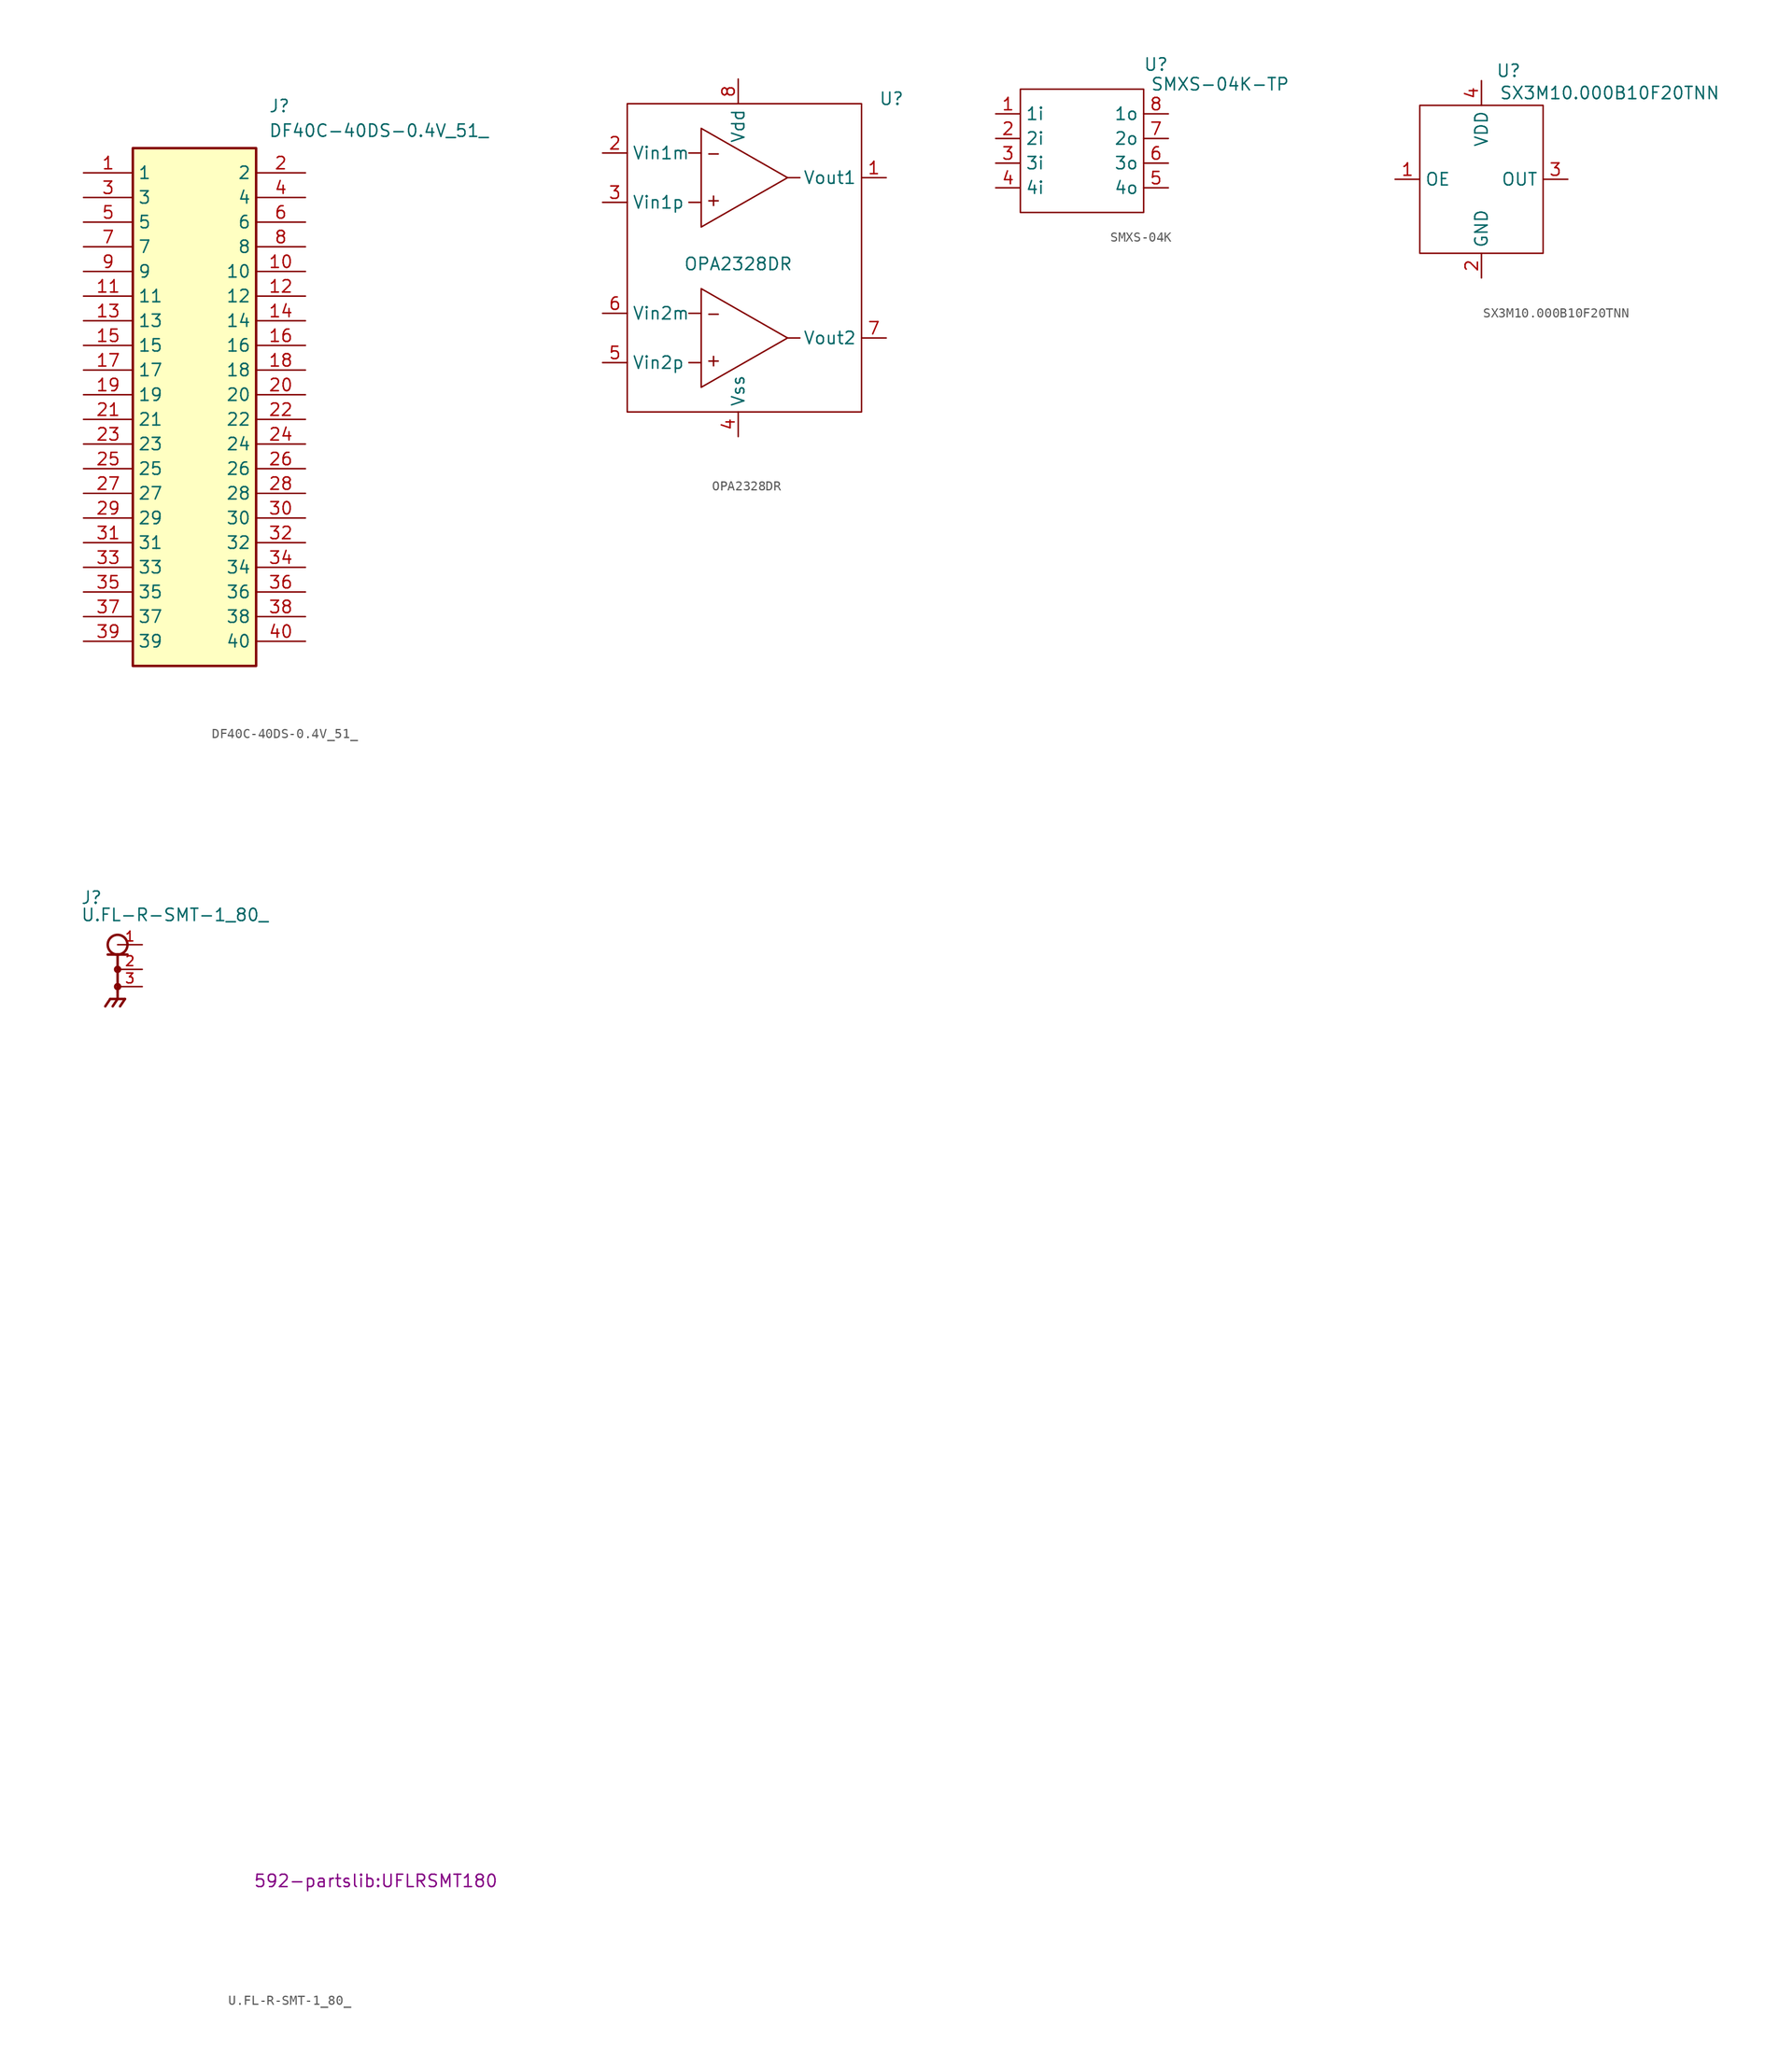
<source format=kicad_sym>
(kicad_symbol_lib
  (version 20241209)
  (generator "kicad_symbol_editor")
  (generator_version "9.0")
  (symbol "DF40C-40DS-0.4V_51_"
    (property "Reference" "J"
      (at 19.05 7.62 0)
      (effects (font (size 1.27 1.27)) (justify left top)))
    (property "Value" "DF40C-40DS-0.4V_51_"
      (at 19.05 5.08 0)
      (effects (font (size 1.27 1.27)) (justify left top)))
    (symbol "DF40C-40DS-0.4V_51__1_1"
      (rectangle (start 5.08 2.54) (end 17.78 -50.8) (stroke (width 0.254) (type default)) (fill (type background)))
      (pin passive line (at 0 0 0) (length 5.08) (name "1" (effects (font (size 1.27 1.27)))) (number "1" (effects (font (size 1.27 1.27)))))
      (pin passive line (at 0 -2.54 0) (length 5.08) (name "3" (effects (font (size 1.27 1.27)))) (number "3" (effects (font (size 1.27 1.27)))))
      (pin passive line (at 0 -5.08 0) (length 5.08) (name "5" (effects (font (size 1.27 1.27)))) (number "5" (effects (font (size 1.27 1.27)))))
      (pin passive line (at 0 -7.62 0) (length 5.08) (name "7" (effects (font (size 1.27 1.27)))) (number "7" (effects (font (size 1.27 1.27)))))
      (pin passive line (at 0 -10.16 0) (length 5.08) (name "9" (effects (font (size 1.27 1.27)))) (number "9" (effects (font (size 1.27 1.27)))))
      (pin passive line (at 0 -12.7 0) (length 5.08) (name "11" (effects (font (size 1.27 1.27)))) (number "11" (effects (font (size 1.27 1.27)))))
      (pin passive line (at 0 -15.24 0) (length 5.08) (name "13" (effects (font (size 1.27 1.27)))) (number "13" (effects (font (size 1.27 1.27)))))
      (pin passive line (at 0 -17.78 0) (length 5.08) (name "15" (effects (font (size 1.27 1.27)))) (number "15" (effects (font (size 1.27 1.27)))))
      (pin passive line (at 0 -20.32 0) (length 5.08) (name "17" (effects (font (size 1.27 1.27)))) (number "17" (effects (font (size 1.27 1.27)))))
      (pin passive line (at 0 -22.86 0) (length 5.08) (name "19" (effects (font (size 1.27 1.27)))) (number "19" (effects (font (size 1.27 1.27)))))
      (pin passive line (at 0 -25.4 0) (length 5.08) (name "21" (effects (font (size 1.27 1.27)))) (number "21" (effects (font (size 1.27 1.27)))))
      (pin passive line (at 0 -27.94 0) (length 5.08) (name "23" (effects (font (size 1.27 1.27)))) (number "23" (effects (font (size 1.27 1.27)))))
      (pin passive line (at 0 -30.48 0) (length 5.08) (name "25" (effects (font (size 1.27 1.27)))) (number "25" (effects (font (size 1.27 1.27)))))
      (pin passive line (at 0 -33.02 0) (length 5.08) (name "27" (effects (font (size 1.27 1.27)))) (number "27" (effects (font (size 1.27 1.27)))))
      (pin passive line (at 0 -35.56 0) (length 5.08) (name "29" (effects (font (size 1.27 1.27)))) (number "29" (effects (font (size 1.27 1.27)))))
      (pin passive line (at 0 -38.1 0) (length 5.08) (name "31" (effects (font (size 1.27 1.27)))) (number "31" (effects (font (size 1.27 1.27)))))
      (pin passive line (at 0 -40.64 0) (length 5.08) (name "33" (effects (font (size 1.27 1.27)))) (number "33" (effects (font (size 1.27 1.27)))))
      (pin passive line (at 0 -43.18 0) (length 5.08) (name "35" (effects (font (size 1.27 1.27)))) (number "35" (effects (font (size 1.27 1.27)))))
      (pin passive line (at 0 -45.72 0) (length 5.08) (name "37" (effects (font (size 1.27 1.27)))) (number "37" (effects (font (size 1.27 1.27)))))
      (pin passive line (at 0 -48.26 0) (length 5.08) (name "39" (effects (font (size 1.27 1.27)))) (number "39" (effects (font (size 1.27 1.27)))))
      (pin passive line (at 22.86 0 180) (length 5.08) (name "2" (effects (font (size 1.27 1.27)))) (number "2" (effects (font (size 1.27 1.27)))))
      (pin passive line (at 22.86 -2.54 180) (length 5.08) (name "4" (effects (font (size 1.27 1.27)))) (number "4" (effects (font (size 1.27 1.27)))))
      (pin passive line (at 22.86 -5.08 180) (length 5.08) (name "6" (effects (font (size 1.27 1.27)))) (number "6" (effects (font (size 1.27 1.27)))))
      (pin passive line (at 22.86 -7.62 180) (length 5.08) (name "8" (effects (font (size 1.27 1.27)))) (number "8" (effects (font (size 1.27 1.27)))))
      (pin passive line (at 22.86 -10.16 180) (length 5.08) (name "10" (effects (font (size 1.27 1.27)))) (number "10" (effects (font (size 1.27 1.27)))))
      (pin passive line (at 22.86 -12.7 180) (length 5.08) (name "12" (effects (font (size 1.27 1.27)))) (number "12" (effects (font (size 1.27 1.27)))))
      (pin passive line (at 22.86 -15.24 180) (length 5.08) (name "14" (effects (font (size 1.27 1.27)))) (number "14" (effects (font (size 1.27 1.27)))))
      (pin passive line (at 22.86 -17.78 180) (length 5.08) (name "16" (effects (font (size 1.27 1.27)))) (number "16" (effects (font (size 1.27 1.27)))))
      (pin passive line (at 22.86 -20.32 180) (length 5.08) (name "18" (effects (font (size 1.27 1.27)))) (number "18" (effects (font (size 1.27 1.27)))))
      (pin passive line (at 22.86 -22.86 180) (length 5.08) (name "20" (effects (font (size 1.27 1.27)))) (number "20" (effects (font (size 1.27 1.27)))))
      (pin passive line (at 22.86 -25.4 180) (length 5.08) (name "22" (effects (font (size 1.27 1.27)))) (number "22" (effects (font (size 1.27 1.27)))))
      (pin passive line (at 22.86 -27.94 180) (length 5.08) (name "24" (effects (font (size 1.27 1.27)))) (number "24" (effects (font (size 1.27 1.27)))))
      (pin passive line (at 22.86 -30.48 180) (length 5.08) (name "26" (effects (font (size 1.27 1.27)))) (number "26" (effects (font (size 1.27 1.27)))))
      (pin passive line (at 22.86 -33.02 180) (length 5.08) (name "28" (effects (font (size 1.27 1.27)))) (number "28" (effects (font (size 1.27 1.27)))))
      (pin passive line (at 22.86 -35.56 180) (length 5.08) (name "30" (effects (font (size 1.27 1.27)))) (number "30" (effects (font (size 1.27 1.27)))))
      (pin passive line (at 22.86 -38.1 180) (length 5.08) (name "32" (effects (font (size 1.27 1.27)))) (number "32" (effects (font (size 1.27 1.27)))))
      (pin passive line (at 22.86 -40.64 180) (length 5.08) (name "34" (effects (font (size 1.27 1.27)))) (number "34" (effects (font (size 1.27 1.27)))))
      (pin passive line (at 22.86 -43.18 180) (length 5.08) (name "36" (effects (font (size 1.27 1.27)))) (number "36" (effects (font (size 1.27 1.27)))))
      (pin passive line (at 22.86 -45.72 180) (length 5.08) (name "38" (effects (font (size 1.27 1.27)))) (number "38" (effects (font (size 1.27 1.27)))))
      (pin passive line (at 22.86 -48.26 180) (length 5.08) (name "40" (effects (font (size 1.27 1.27)))) (number "40" (effects (font (size 1.27 1.27)))))))
  (symbol "OPA2328DR"
    (property "Reference" "U"
      (at 14.478 17.018 0)
      (effects (font (size 1.27 1.27)) (justify left)))
    (property "Value" "OPA2328DR"
      (at 0 0 0)
      (effects (font (size 1.27 1.27))))
    (symbol "OPA2328DR_0_1"
      (rectangle (start -11.43 16.51) (end 12.7 -15.24) (stroke (width 0) (type default)) (fill (type none)))
      (polyline (pts (xy -3.81 13.97) (xy -3.81 3.81) (xy 5.08 8.89) (xy -3.81 13.97)) (stroke (width 0) (type default)) (fill (type none)))
      (polyline (pts (xy -3.81 11.43) (xy -5.08 11.43)) (stroke (width 0) (type default)) (fill (type none)))
      (polyline (pts (xy -3.81 6.35) (xy -5.08 6.35)) (stroke (width 0) (type default)) (fill (type none)))
      (polyline (pts (xy -3.81 -2.54) (xy -3.81 -12.7) (xy 5.08 -7.62) (xy -3.81 -2.54)) (stroke (width 0) (type default)) (fill (type none)))
      (polyline (pts (xy -3.81 -5.08) (xy -5.08 -5.08)) (stroke (width 0) (type default)) (fill (type none)))
      (polyline (pts (xy -3.81 -10.16) (xy -5.08 -10.16)) (stroke (width 0) (type default)) (fill (type none)))
      (polyline (pts (xy 5.08 8.89) (xy 6.35 8.89)) (stroke (width 0) (type default)) (fill (type none)))
      (polyline (pts (xy 5.08 -7.62) (xy 6.35 -7.62)) (stroke (width 0) (type default)) (fill (type none))))
    (symbol "OPA2328DR_1_1"
      (text "-" (at -2.54 11.43 0) (effects (font (size 1.27 1.27))))
      (text "+" (at -2.54 6.604 0) (effects (font (size 1.27 1.27))))
      (text "-" (at -2.54 -5.08 0) (effects (font (size 1.27 1.27))))
      (text "+" (at -2.54 -9.906 0) (effects (font (size 1.27 1.27))))
      (pin input line (at -13.97 11.43 0) (length 2.54) (name "Vin1m" (effects (font (size 1.27 1.27)))) (number "2" (effects (font (size 1.27 1.27)))))
      (pin input line (at -13.97 6.35 0) (length 2.54) (name "Vin1p" (effects (font (size 1.27 1.27)))) (number "3" (effects (font (size 1.27 1.27)))))
      (pin input line (at -13.97 -5.08 0) (length 2.54) (name "Vin2m" (effects (font (size 1.27 1.27)))) (number "6" (effects (font (size 1.27 1.27)))))
      (pin input line (at -13.97 -10.16 0) (length 2.54) (name "Vin2p" (effects (font (size 1.27 1.27)))) (number "5" (effects (font (size 1.27 1.27)))))
      (pin power_in line (at 0 19.05 270) (length 2.54) (name "Vdd" (effects (font (size 1.27 1.27)))) (number "8" (effects (font (size 1.27 1.27)))))
      (pin power_in line (at 0 -17.78 90) (length 2.54) (name "Vss" (effects (font (size 1.27 1.27)))) (number "4" (effects (font (size 1.27 1.27)))))
      (pin output line (at 15.24 8.89 180) (length 2.54) (name "Vout1" (effects (font (size 1.27 1.27)))) (number "1" (effects (font (size 1.27 1.27)))))
      (pin output line (at 15.24 -7.62 180) (length 2.54) (name "Vout2" (effects (font (size 1.27 1.27)))) (number "7" (effects (font (size 1.27 1.27)))))))
  (symbol "SMXS-04K"
    (property "Reference" "U"
      (at 7.62 8.89 0)
      (effects (font (size 1.27 1.27))))
    (property "Value" "SMXS-04K-TP"
      (at 14.224 6.858 0)
      (effects (font (size 1.27 1.27))))
    (symbol "SMXS-04K_0_1"
      (rectangle (start -6.35 6.35) (end 6.35 -6.35) (stroke (width 0) (type default)) (fill (type none))))
    (symbol "SMXS-04K_1_1"
      (pin passive line (at -8.89 3.81 0) (length 2.54) (name "1i" (effects (font (size 1.27 1.27)))) (number "1" (effects (font (size 1.27 1.27)))))
      (pin passive line (at -8.89 1.27 0) (length 2.54) (name "2i" (effects (font (size 1.27 1.27)))) (number "2" (effects (font (size 1.27 1.27)))))
      (pin passive line (at -8.89 -1.27 0) (length 2.54) (name "3i" (effects (font (size 1.27 1.27)))) (number "3" (effects (font (size 1.27 1.27)))))
      (pin passive line (at -8.89 -3.81 0) (length 2.54) (name "4i" (effects (font (size 1.27 1.27)))) (number "4" (effects (font (size 1.27 1.27)))))
      (pin passive line (at 8.89 3.81 180) (length 2.54) (name "1o" (effects (font (size 1.27 1.27)))) (number "8" (effects (font (size 1.27 1.27)))))
      (pin passive line (at 8.89 1.27 180) (length 2.54) (name "2o" (effects (font (size 1.27 1.27)))) (number "7" (effects (font (size 1.27 1.27)))))
      (pin passive line (at 8.89 -1.27 180) (length 2.54) (name "3o" (effects (font (size 1.27 1.27)))) (number "6" (effects (font (size 1.27 1.27)))))
      (pin passive line (at 8.89 -3.81 180) (length 2.54) (name "4o" (effects (font (size 1.27 1.27)))) (number "5" (effects (font (size 1.27 1.27)))))))
  (symbol "SX3M10.000B10F20TNN"
    (property "Reference" "U"
      (at 9.144 3.556 0)
      (effects (font (size 1.27 1.27))))
    (property "Value" "SX3M10.000B10F20TNN"
      (at 19.558 1.27 0)
      (effects (font (size 1.27 1.27))))
    (symbol "SX3M10.000B10F20TNN_0_1"
      (rectangle (start 0 0) (end 12.7 -15.24) (stroke (width 0) (type default)) (fill (type none))))
    (symbol "SX3M10.000B10F20TNN_1_1"
      (pin tri_state line (at -2.54 -7.62 0) (length 2.54) (name "OE" (effects (font (size 1.27 1.27)))) (number "1" (effects (font (size 1.27 1.27)))))
      (pin power_in line (at 6.35 2.54 270) (length 2.54) (name "VDD" (effects (font (size 1.27 1.27)))) (number "4" (effects (font (size 1.27 1.27)))))
      (pin power_in line (at 6.35 -17.78 90) (length 2.54) (name "GND" (effects (font (size 1.27 1.27)))) (number "2" (effects (font (size 1.27 1.27)))))
      (pin output line (at 15.24 -7.62 180) (length 2.54) (name "OUT" (effects (font (size 1.27 1.27)))) (number "3" (effects (font (size 1.27 1.27)))))))
  (symbol "U.FL-R-SMT-1_80_"
    (property "Reference" "J"
      (at 6.35 6.35 0)
      (effects (font (size 1.27 1.27)) (justify left top)))
    (property "Value" "U.FL-R-SMT-1_80_"
      (at 6.35 4.572 0)
      (effects (font (size 1.27 1.27)) (justify left top)))
    (property "Footprint" "592-partslib:UFLRSMT180"
      (at 24.13 -94.92 0)
      (effects (font (size 1.27 1.27)) (justify left top)))
    (symbol "U.FL-R-SMT-1_80__0_0"
      (polyline (pts (xy 9.144 -0.254) (xy 10.16 -0.254)) (stroke (width 0.254) (type default)) (fill (type none)))
      (polyline (pts (xy 9.398 -4.826) (xy 8.89 -5.588)) (stroke (width 0.254) (type default)) (fill (type none)))
      (circle (center 10.16 0.762) (radius 1.016) (stroke (width 0.254) (type default)) (fill (type none)))
      (polyline (pts (xy 10.16 -0.254) (xy 10.16 -4.064)) (stroke (width 0.254) (type default)) (fill (type none)))
      (polyline (pts (xy 10.16 -0.254) (xy 11.176 -0.254)) (stroke (width 0.254) (type default)) (fill (type none)))
      (circle (center 10.16 -1.778) (radius 0.254) (stroke (width 0.254) (type default)) (fill (type none)))
      (circle (center 10.16 -3.556) (radius 0.254) (stroke (width 0.254) (type default)) (fill (type none)))
      (polyline (pts (xy 10.16 -4.064) (xy 10.16 -4.826)) (stroke (width 0.254) (type default)) (fill (type none)))
      (polyline (pts (xy 10.16 -4.826) (xy 9.398 -4.826)) (stroke (width 0.254) (type default)) (fill (type none)))
      (polyline (pts (xy 10.16 -4.826) (xy 9.652 -5.588)) (stroke (width 0.254) (type default)) (fill (type none)))
      (polyline (pts (xy 10.16 -4.826) (xy 10.922 -4.826)) (stroke (width 0.254) (type default)) (fill (type none)))
      (polyline (pts (xy 10.922 -4.826) (xy 10.414 -5.588)) (stroke (width 0.254) (type default)) (fill (type none))))
    (symbol "U.FL-R-SMT-1_80__1_0"
      (pin passive line (at 12.7 0.762 180) (length 2.54) (name "~" (effects (font (size 1.016 1.016)))) (number "1" (effects (font (size 1.016 1.016)))))
      (pin passive line (at 12.7 -1.778 180) (length 2.54) (name "~" (effects (font (size 1.016 1.016)))) (number "2" (effects (font (size 1.016 1.016)))))
      (pin passive line (at 12.7 -3.556 180) (length 2.54) (name "~" (effects (font (size 1.016 1.016)))) (number "3" (effects (font (size 1.016 1.016))))))))
</source>
